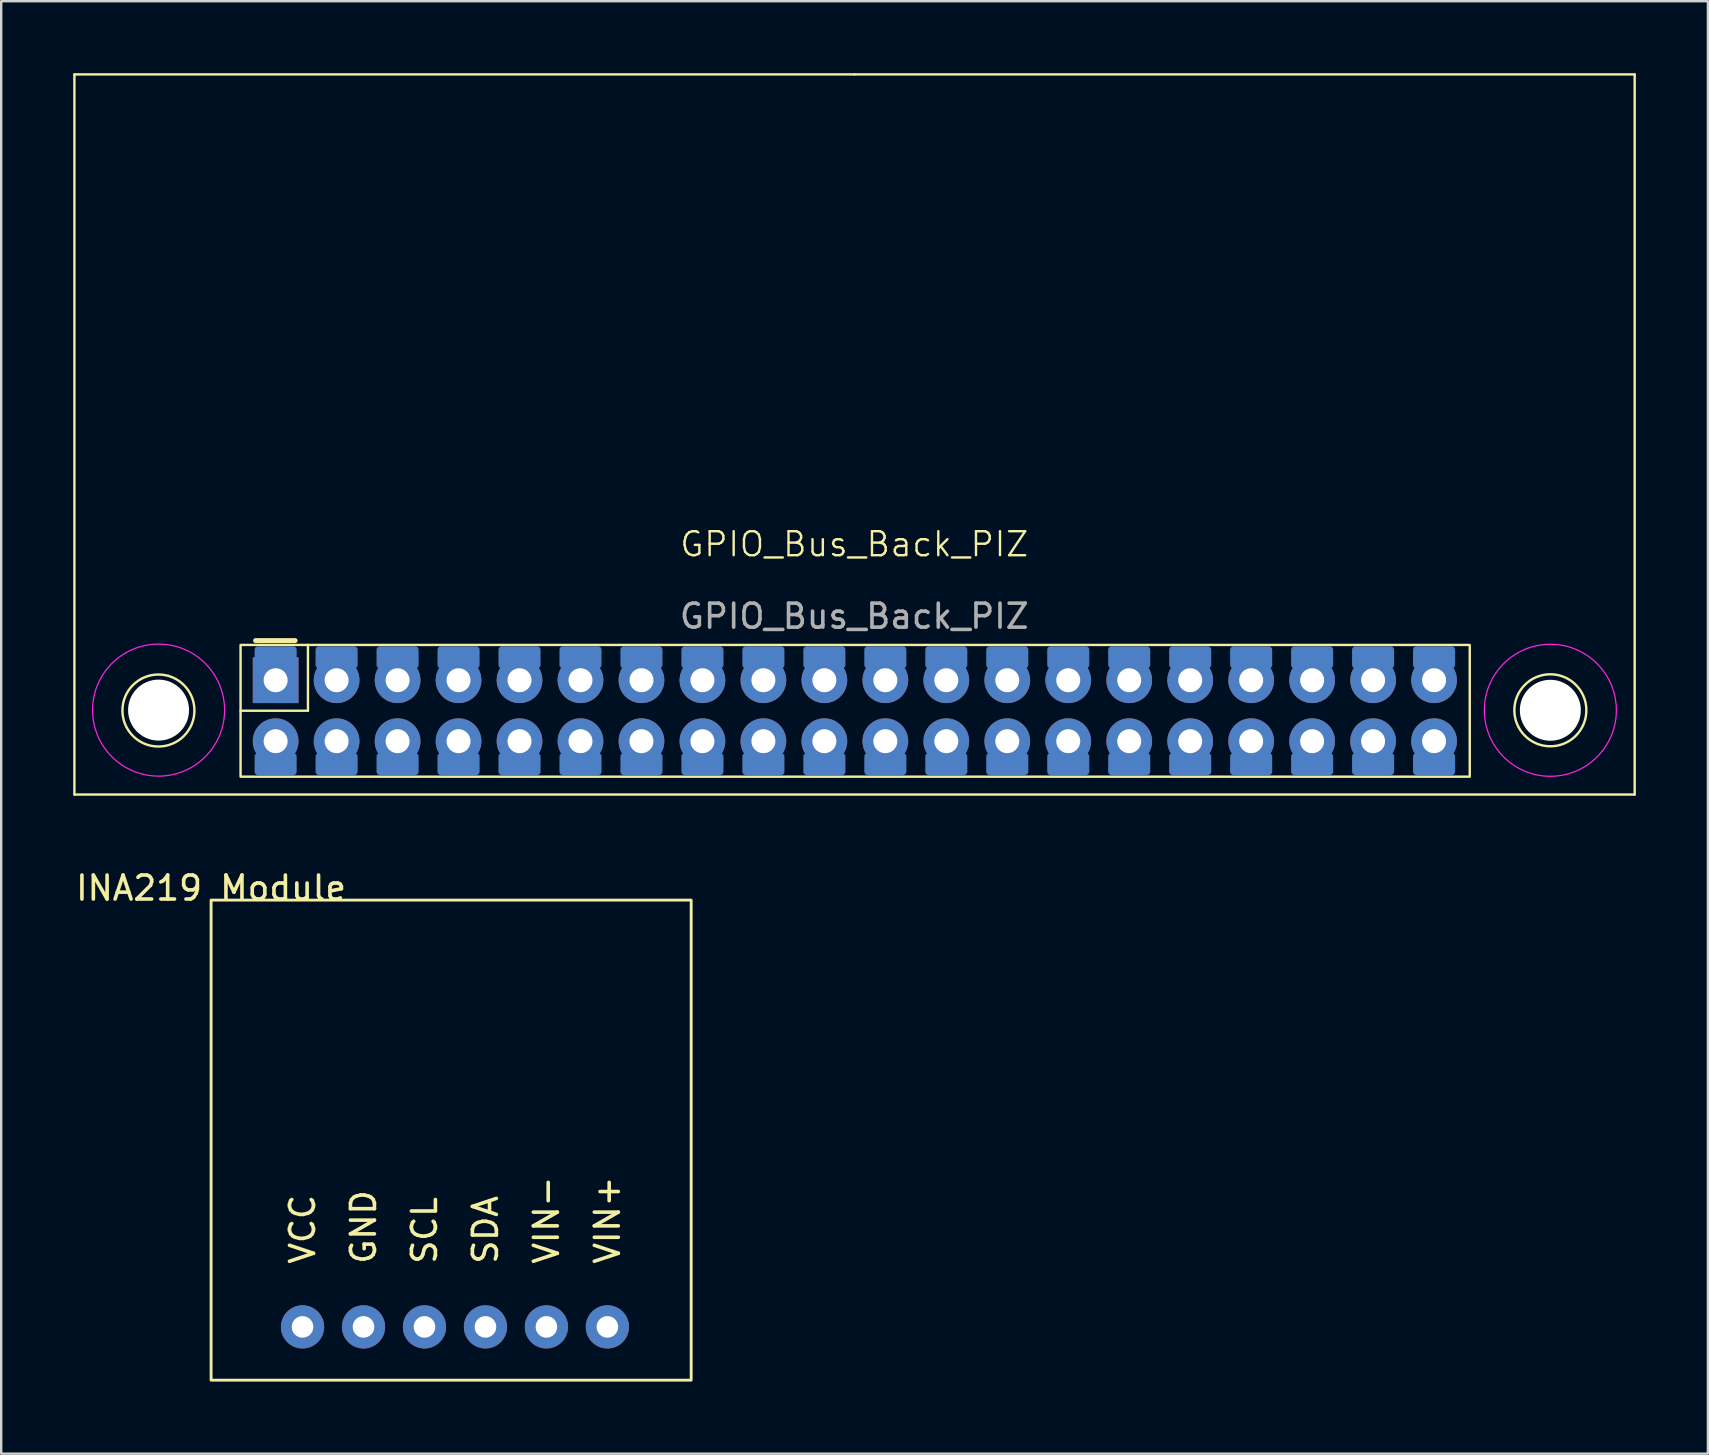
<source format=kicad_pcb>
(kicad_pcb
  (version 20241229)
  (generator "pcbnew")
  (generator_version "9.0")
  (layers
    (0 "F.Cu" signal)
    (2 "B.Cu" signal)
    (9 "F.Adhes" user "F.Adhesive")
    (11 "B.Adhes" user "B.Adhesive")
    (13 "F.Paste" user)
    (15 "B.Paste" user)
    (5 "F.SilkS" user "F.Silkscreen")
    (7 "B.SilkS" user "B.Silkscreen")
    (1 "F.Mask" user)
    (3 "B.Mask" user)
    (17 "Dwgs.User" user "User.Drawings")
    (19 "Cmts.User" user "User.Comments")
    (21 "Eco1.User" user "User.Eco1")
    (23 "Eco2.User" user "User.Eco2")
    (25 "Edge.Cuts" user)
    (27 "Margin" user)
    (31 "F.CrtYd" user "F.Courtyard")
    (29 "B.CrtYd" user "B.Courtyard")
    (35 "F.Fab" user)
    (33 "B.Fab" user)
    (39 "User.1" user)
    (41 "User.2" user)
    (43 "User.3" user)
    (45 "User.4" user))
  (footprint "GPIO_Bus_Back_PIZ"
    (layer "F.Cu")
    (at 32.563 26.558)
    (property "Reference" "GPIO_Bus_Back_PIZ" (at -0.025 -6.937 0) (unlocked yes) (layer "F.SilkS") (effects (font (size 1 1) (thickness 0.1))))
    (attr through_hole)
    (fp_rect (start -25.019 1.854) (end -23.241 2.692) (stroke (width 0.2) (type solid)) (fill yes) (layer "B.Mask"))
    (fp_rect (start -23.241 -1.854) (end -25.019 -2.692) (stroke (width 0.2) (type solid)) (fill yes) (layer "B.Mask"))
    (fp_rect (start -22.479 1.854) (end -20.701 2.692) (stroke (width 0.2) (type solid)) (fill yes) (layer "B.Mask"))
    (fp_rect (start -20.701 -1.854) (end -22.479 -2.692) (stroke (width 0.2) (type solid)) (fill yes) (layer "B.Mask"))
    (fp_rect (start -19.939 1.854) (end -18.161 2.692) (stroke (width 0.2) (type solid)) (fill yes) (layer "B.Mask"))
    (fp_rect (start -18.161 -1.854) (end -19.939 -2.692) (stroke (width 0.2) (type solid)) (fill yes) (layer "B.Mask"))
    (fp_rect (start -17.399 1.854) (end -15.621 2.692) (stroke (width 0.2) (type solid)) (fill yes) (layer "B.Mask"))
    (fp_rect (start -15.621 -1.854) (end -17.399 -2.692) (stroke (width 0.2) (type solid)) (fill yes) (layer "B.Mask"))
    (fp_rect (start -14.859 1.854) (end -13.081 2.692) (stroke (width 0.2) (type solid)) (fill yes) (layer "B.Mask"))
    (fp_rect (start -13.081 -1.854) (end -14.859 -2.692) (stroke (width 0.2) (type solid)) (fill yes) (layer "B.Mask"))
    (fp_rect (start -12.319 1.854) (end -10.541 2.692) (stroke (width 0.2) (type solid)) (fill yes) (layer "B.Mask"))
    (fp_rect (start -10.541 -1.854) (end -12.319 -2.692) (stroke (width 0.2) (type solid)) (fill yes) (layer "B.Mask"))
    (fp_rect (start -9.779 1.854) (end -8.001 2.692) (stroke (width 0.2) (type solid)) (fill yes) (layer "B.Mask"))
    (fp_rect (start -8.001 -1.854) (end -9.779 -2.692) (stroke (width 0.2) (type solid)) (fill yes) (layer "B.Mask"))
    (fp_rect (start -7.239 1.854) (end -5.461 2.692) (stroke (width 0.2) (type solid)) (fill yes) (layer "B.Mask"))
    (fp_rect (start -5.461 -1.854) (end -7.239 -2.692) (stroke (width 0.2) (type solid)) (fill yes) (layer "B.Mask"))
    (fp_rect (start -4.699 1.854) (end -2.921 2.692) (stroke (width 0.2) (type solid)) (fill yes) (layer "B.Mask"))
    (fp_rect (start -2.921 -1.854) (end -4.699 -2.692) (stroke (width 0.2) (type solid)) (fill yes) (layer "B.Mask"))
    (fp_rect (start -2.159 1.854) (end -0.381 2.692) (stroke (width 0.2) (type solid)) (fill yes) (layer "B.Mask"))
    (fp_rect (start -0.381 -1.854) (end -2.159 -2.692) (stroke (width 0.2) (type solid)) (fill yes) (layer "B.Mask"))
    (fp_rect (start 0.381 1.854) (end 2.159 2.692) (stroke (width 0.2) (type solid)) (fill yes) (layer "B.Mask"))
    (fp_rect (start 2.159 -1.854) (end 0.381 -2.692) (stroke (width 0.2) (type solid)) (fill yes) (layer "B.Mask"))
    (fp_rect (start 2.921 1.854) (end 4.699 2.692) (stroke (width 0.2) (type solid)) (fill yes) (layer "B.Mask"))
    (fp_rect (start 4.699 -1.854) (end 2.921 -2.692) (stroke (width 0.2) (type solid)) (fill yes) (layer "B.Mask"))
    (fp_rect (start 5.461 1.854) (end 7.239 2.692) (stroke (width 0.2) (type solid)) (fill yes) (layer "B.Mask"))
    (fp_rect (start 7.239 -1.854) (end 5.461 -2.692) (stroke (width 0.2) (type solid)) (fill yes) (layer "B.Mask"))
    (fp_rect (start 8.001 1.854) (end 9.779 2.692) (stroke (width 0.2) (type solid)) (fill yes) (layer "B.Mask"))
    (fp_rect (start 9.779 -1.854) (end 8.001 -2.692) (stroke (width 0.2) (type solid)) (fill yes) (layer "B.Mask"))
    (fp_rect (start 10.541 1.854) (end 12.319 2.692) (stroke (width 0.2) (type solid)) (fill yes) (layer "B.Mask"))
    (fp_rect (start 12.319 -1.854) (end 10.541 -2.692) (stroke (width 0.2) (type solid)) (fill yes) (layer "B.Mask"))
    (fp_rect (start 13.081 1.854) (end 14.859 2.692) (stroke (width 0.2) (type solid)) (fill yes) (layer "B.Mask"))
    (fp_rect (start 14.859 -1.854) (end 13.081 -2.692) (stroke (width 0.2) (type solid)) (fill yes) (layer "B.Mask"))
    (fp_rect (start 15.621 1.854) (end 17.399 2.692) (stroke (width 0.2) (type solid)) (fill yes) (layer "B.Mask"))
    (fp_rect (start 17.399 -1.854) (end 15.621 -2.692) (stroke (width 0.2) (type solid)) (fill yes) (layer "B.Mask"))
    (fp_rect (start 18.161 1.854) (end 19.939 2.692) (stroke (width 0.2) (type solid)) (fill yes) (layer "B.Mask"))
    (fp_rect (start 19.939 -1.854) (end 18.161 -2.692) (stroke (width 0.2) (type solid)) (fill yes) (layer "B.Mask"))
    (fp_rect (start 20.701 1.854) (end 22.479 2.692) (stroke (width 0.2) (type solid)) (fill yes) (layer "B.Mask"))
    (fp_rect (start 22.479 -1.854) (end 20.701 -2.692) (stroke (width 0.2) (type solid)) (fill yes) (layer "B.Mask"))
    (fp_rect (start 23.241 1.854) (end 25.019 2.692) (stroke (width 0.2) (type solid)) (fill yes) (layer "B.Mask"))
    (fp_rect (start 25.019 -1.854) (end 23.241 -2.692) (stroke (width 0.2) (type solid)) (fill yes) (layer "B.Mask"))
    (fp_line (start -32.513 -26.508) (end -32.513 3.492) (stroke (width 0.1) (type default)) (layer "F.SilkS"))
    (fp_line (start -32.513 3.492) (end 32.487 3.492) (stroke (width 0.1) (type default)) (layer "F.SilkS"))
    (fp_line (start -25.591 0) (end -22.784 0) (stroke (width 0.1) (type default)) (layer "F.SilkS"))
    (fp_line (start -23.317 -2.921) (end -24.968 -2.921) (stroke (width 0.203) (type solid)) (layer "F.SilkS"))
    (fp_line (start -22.784 0) (end -22.784 -2.743) (stroke (width 0.1) (type default)) (layer "F.SilkS"))
    (fp_line (start -0.013 -26.508) (end -32.513 -26.508) (stroke (width 0.1) (type default)) (layer "F.SilkS"))
    (fp_line (start -0.013 -26.508) (end 32.487 -26.508) (stroke (width 0.1) (type default)) (layer "F.SilkS"))
    (fp_line (start 32.487 -26.508) (end 32.487 3.492) (stroke (width 0.1) (type default)) (layer "F.SilkS"))
    (fp_rect (start -25.591 -2.739) (end 25.616 2.748) (stroke (width 0.1) (type default)) (fill no) (layer "F.SilkS"))
    (fp_circle (center -29.013 -0.008) (end -27.513 -0.008) (stroke (width 0.1) (type default)) (fill no) (layer "F.SilkS"))
    (fp_circle (center 28.974 -0.018) (end 30.474 -0.018) (stroke (width 0.1) (type default)) (fill no) (layer "F.SilkS"))
    (fp_circle (center -29.007 -0.025) (end -29.007 2.725) (stroke (width 0.05) (type default)) (fill no) (layer "F.CrtYd"))
    (fp_circle (center 28.974 -0.018) (end 28.974 2.732) (stroke (width 0.05) (type default)) (fill no) (layer "F.CrtYd"))
    (fp_text user "${REFERENCE}" (at -0.025 -3.937 0) (unlocked yes) (layer "F.Fab") (effects (font (size 1 1) (thickness 0.15))))
    (pad "" np_thru_hole circle (at -29.007 -0.025) (size 2.54 2.54) (drill 2.54) (layers "*.Cu" "*.Mask"))
    (pad "" np_thru_hole circle (at 28.974 -0.018) (size 2.54 2.54) (drill 2.54) (layers "*.Cu" "*.Mask"))
    (pad "1" smd roundrect (at -24.13 -2.223) (size 1.753 0.914) (layers "B.Cu" "B.Mask" "B.Paste") (roundrect_rratio 0.15))
    (pad "1" thru_hole rect (at -24.13 -1.27) (size 1.905 1.905) (drill 1) (layers "*.Cu" "*.Mask"))
    (pad "2" thru_hole circle (at -24.13 1.27 180) (size 1.905 1.905) (drill 1) (layers "*.Cu" "*.Mask"))
    (pad "2" smd roundrect (at -24.13 2.223) (size 1.753 0.914) (layers "B.Cu" "B.Mask" "B.Paste") (roundrect_rratio 0.15))
    (pad "3" smd roundrect (at -21.59 -2.223) (size 1.753 0.914) (layers "B.Cu" "B.Mask" "B.Paste") (roundrect_rratio 0.15))
    (pad "3" thru_hole circle (at -21.59 -1.27) (size 1.905 1.905) (drill 1) (layers "*.Cu" "*.Mask"))
    (pad "4" thru_hole circle (at -21.59 1.27 180) (size 1.905 1.905) (drill 1) (layers "*.Cu" "*.Mask"))
    (pad "4" smd roundrect (at -21.59 2.223) (size 1.753 0.914) (layers "B.Cu" "B.Mask" "B.Paste") (roundrect_rratio 0.15))
    (pad "5" smd roundrect (at -19.05 -2.223) (size 1.753 0.914) (layers "B.Cu" "B.Mask" "B.Paste") (roundrect_rratio 0.15))
    (pad "5" thru_hole circle (at -19.05 -1.27) (size 1.905 1.905) (drill 1) (layers "*.Cu" "*.Mask"))
    (pad "6" thru_hole circle (at -19.05 1.27 180) (size 1.905 1.905) (drill 1) (layers "*.Cu" "*.Mask"))
    (pad "6" smd roundrect (at -19.05 2.223) (size 1.753 0.914) (layers "B.Cu" "B.Mask" "B.Paste") (roundrect_rratio 0.15))
    (pad "7" smd roundrect (at -16.51 -2.223) (size 1.753 0.914) (layers "B.Cu" "B.Mask" "B.Paste") (roundrect_rratio 0.15))
    (pad "7" thru_hole circle (at -16.51 -1.27) (size 1.905 1.905) (drill 1) (layers "*.Cu" "*.Mask"))
    (pad "8" thru_hole circle (at -16.51 1.27 180) (size 1.905 1.905) (drill 1) (layers "*.Cu" "*.Mask"))
    (pad "8" smd roundrect (at -16.51 2.223) (size 1.753 0.914) (layers "B.Cu" "B.Mask" "B.Paste") (roundrect_rratio 0.15))
    (pad "9" smd roundrect (at -13.97 -2.223) (size 1.753 0.914) (layers "B.Cu" "B.Mask" "B.Paste") (roundrect_rratio 0.15))
    (pad "9" thru_hole circle (at -13.97 -1.27) (size 1.905 1.905) (drill 1) (layers "*.Cu" "*.Mask"))
    (pad "10" thru_hole circle (at -13.97 1.27 180) (size 1.905 1.905) (drill 1) (layers "*.Cu" "*.Mask"))
    (pad "10" smd roundrect (at -13.97 2.223) (size 1.753 0.914) (layers "B.Cu" "B.Mask" "B.Paste") (roundrect_rratio 0.15))
    (pad "11" smd roundrect (at -11.43 -2.223) (size 1.753 0.914) (layers "B.Cu" "B.Mask" "B.Paste") (roundrect_rratio 0.15))
    (pad "11" thru_hole circle (at -11.43 -1.27) (size 1.905 1.905) (drill 1) (layers "*.Cu" "*.Mask"))
    (pad "12" thru_hole circle (at -11.43 1.27 180) (size 1.905 1.905) (drill 1) (layers "*.Cu" "*.Mask"))
    (pad "12" smd roundrect (at -11.43 2.223) (size 1.753 0.914) (layers "B.Cu" "B.Mask" "B.Paste") (roundrect_rratio 0.15))
    (pad "13" smd roundrect (at -8.89 -2.223) (size 1.753 0.914) (layers "B.Cu" "B.Mask" "B.Paste") (roundrect_rratio 0.15))
    (pad "13" thru_hole circle (at -8.89 -1.27) (size 1.905 1.905) (drill 1) (layers "*.Cu" "*.Mask"))
    (pad "14" thru_hole circle (at -8.89 1.27 180) (size 1.905 1.905) (drill 1) (layers "*.Cu" "*.Mask"))
    (pad "14" smd roundrect (at -8.89 2.223) (size 1.753 0.914) (layers "B.Cu" "B.Mask" "B.Paste") (roundrect_rratio 0.15))
    (pad "15" smd roundrect (at -6.35 -2.223) (size 1.753 0.914) (layers "B.Cu" "B.Mask" "B.Paste") (roundrect_rratio 0.15))
    (pad "15" thru_hole circle (at -6.35 -1.27) (size 1.905 1.905) (drill 1) (layers "*.Cu" "*.Mask"))
    (pad "16" thru_hole circle (at -6.35 1.27 180) (size 1.905 1.905) (drill 1) (layers "*.Cu" "*.Mask"))
    (pad "16" smd roundrect (at -6.35 2.223) (size 1.753 0.914) (layers "B.Cu" "B.Mask" "B.Paste") (roundrect_rratio 0.15))
    (pad "17" smd roundrect (at -3.81 -2.223) (size 1.753 0.914) (layers "B.Cu" "B.Mask" "B.Paste") (roundrect_rratio 0.15))
    (pad "17" thru_hole circle (at -3.81 -1.27) (size 1.905 1.905) (drill 1) (layers "*.Cu" "*.Mask"))
    (pad "18" thru_hole circle (at -3.81 1.27 180) (size 1.905 1.905) (drill 1) (layers "*.Cu" "*.Mask"))
    (pad "18" smd roundrect (at -3.81 2.223) (size 1.753 0.914) (layers "B.Cu" "B.Mask" "B.Paste") (roundrect_rratio 0.15))
    (pad "19" smd roundrect (at -1.27 -2.223) (size 1.753 0.914) (layers "B.Cu" "B.Mask" "B.Paste") (roundrect_rratio 0.15))
    (pad "19" thru_hole circle (at -1.27 -1.27) (size 1.905 1.905) (drill 1) (layers "*.Cu" "*.Mask"))
    (pad "20" thru_hole circle (at -1.27 1.27 180) (size 1.905 1.905) (drill 1) (layers "*.Cu" "*.Mask"))
    (pad "20" smd roundrect (at -1.27 2.223) (size 1.753 0.914) (layers "B.Cu" "B.Mask" "B.Paste") (roundrect_rratio 0.15))
    (pad "21" smd roundrect (at 1.27 -2.223) (size 1.753 0.914) (layers "B.Cu" "B.Mask" "B.Paste") (roundrect_rratio 0.15))
    (pad "21" thru_hole circle (at 1.27 -1.27) (size 1.905 1.905) (drill 1) (layers "*.Cu" "*.Mask"))
    (pad "22" thru_hole circle (at 1.27 1.27 180) (size 1.905 1.905) (drill 1) (layers "*.Cu" "*.Mask"))
    (pad "22" smd roundrect (at 1.27 2.223) (size 1.753 0.914) (layers "B.Cu" "B.Mask" "B.Paste") (roundrect_rratio 0.15))
    (pad "23" smd roundrect (at 3.81 -2.223) (size 1.753 0.914) (layers "B.Cu" "B.Mask" "B.Paste") (roundrect_rratio 0.15))
    (pad "23" thru_hole circle (at 3.81 -1.27) (size 1.905 1.905) (drill 1) (layers "*.Cu" "*.Mask"))
    (pad "24" thru_hole circle (at 3.81 1.27 180) (size 1.905 1.905) (drill 1) (layers "*.Cu" "*.Mask"))
    (pad "24" smd roundrect (at 3.81 2.223) (size 1.753 0.914) (layers "B.Cu" "B.Mask" "B.Paste") (roundrect_rratio 0.15))
    (pad "25" smd roundrect (at 6.35 -2.223) (size 1.753 0.914) (layers "B.Cu" "B.Mask" "B.Paste") (roundrect_rratio 0.15))
    (pad "25" thru_hole circle (at 6.35 -1.27) (size 1.905 1.905) (drill 1) (layers "*.Cu" "*.Mask"))
    (pad "26" thru_hole circle (at 6.35 1.27 180) (size 1.905 1.905) (drill 1) (layers "*.Cu" "*.Mask"))
    (pad "26" smd roundrect (at 6.35 2.223) (size 1.753 0.914) (layers "B.Cu" "B.Mask" "B.Paste") (roundrect_rratio 0.15))
    (pad "27" smd roundrect (at 8.89 -2.223) (size 1.753 0.914) (layers "B.Cu" "B.Mask" "B.Paste") (roundrect_rratio 0.15))
    (pad "27" thru_hole circle (at 8.89 -1.27) (size 1.905 1.905) (drill 1) (layers "*.Cu" "*.Mask"))
    (pad "28" thru_hole circle (at 8.89 1.27 180) (size 1.905 1.905) (drill 1) (layers "*.Cu" "*.Mask"))
    (pad "28" smd roundrect (at 8.89 2.223) (size 1.753 0.914) (layers "B.Cu" "B.Mask" "B.Paste") (roundrect_rratio 0.15))
    (pad "29" smd roundrect (at 11.43 -2.223) (size 1.753 0.914) (layers "B.Cu" "B.Mask" "B.Paste") (roundrect_rratio 0.15))
    (pad "29" thru_hole circle (at 11.43 -1.27) (size 1.905 1.905) (drill 1) (layers "*.Cu" "*.Mask"))
    (pad "30" thru_hole circle (at 11.43 1.27 180) (size 1.905 1.905) (drill 1) (layers "*.Cu" "*.Mask"))
    (pad "30" smd roundrect (at 11.43 2.223) (size 1.753 0.914) (layers "B.Cu" "B.Mask" "B.Paste") (roundrect_rratio 0.15))
    (pad "31" smd roundrect (at 13.97 -2.223) (size 1.753 0.914) (layers "B.Cu" "B.Mask" "B.Paste") (roundrect_rratio 0.15))
    (pad "31" thru_hole circle (at 13.97 -1.27) (size 1.905 1.905) (drill 1) (layers "*.Cu" "*.Mask"))
    (pad "32" thru_hole circle (at 13.97 1.27 180) (size 1.905 1.905) (drill 1) (layers "*.Cu" "*.Mask"))
    (pad "32" smd roundrect (at 13.97 2.223) (size 1.753 0.914) (layers "B.Cu" "B.Mask" "B.Paste") (roundrect_rratio 0.15))
    (pad "33" smd roundrect (at 16.51 -2.223) (size 1.753 0.914) (layers "B.Cu" "B.Mask" "B.Paste") (roundrect_rratio 0.15))
    (pad "33" thru_hole circle (at 16.51 -1.27) (size 1.905 1.905) (drill 1) (layers "*.Cu" "*.Mask"))
    (pad "34" thru_hole circle (at 16.51 1.27 180) (size 1.905 1.905) (drill 1) (layers "*.Cu" "*.Mask"))
    (pad "34" smd roundrect (at 16.51 2.223) (size 1.753 0.914) (layers "B.Cu" "B.Mask" "B.Paste") (roundrect_rratio 0.15))
    (pad "35" smd roundrect (at 19.05 -2.223) (size 1.753 0.914) (layers "B.Cu" "B.Mask" "B.Paste") (roundrect_rratio 0.15))
    (pad "35" thru_hole circle (at 19.05 -1.27) (size 1.905 1.905) (drill 1) (layers "*.Cu" "*.Mask"))
    (pad "36" thru_hole circle (at 19.05 1.27 180) (size 1.905 1.905) (drill 1) (layers "*.Cu" "*.Mask"))
    (pad "36" smd roundrect (at 19.05 2.223) (size 1.753 0.914) (layers "B.Cu" "B.Mask" "B.Paste") (roundrect_rratio 0.15))
    (pad "37" smd roundrect (at 21.59 -2.223) (size 1.753 0.914) (layers "B.Cu" "B.Mask" "B.Paste") (roundrect_rratio 0.15))
    (pad "37" thru_hole circle (at 21.59 -1.27) (size 1.905 1.905) (drill 1) (layers "*.Cu" "*.Mask"))
    (pad "38" thru_hole circle (at 21.59 1.27 180) (size 1.905 1.905) (drill 1) (layers "*.Cu" "*.Mask"))
    (pad "38" smd roundrect (at 21.59 2.223) (size 1.753 0.914) (layers "B.Cu" "B.Mask" "B.Paste") (roundrect_rratio 0.15))
    (pad "39" smd roundrect (at 24.13 -2.223) (size 1.753 0.914) (layers "B.Cu" "B.Mask" "B.Paste") (roundrect_rratio 0.15))
    (pad "39" thru_hole circle (at 24.13 -1.27) (size 1.905 1.905) (drill 1) (layers "*.Cu" "*.Mask"))
    (pad "40" thru_hole circle (at 24.13 1.27 180) (size 1.905 1.905) (drill 1) (layers "*.Cu" "*.Mask"))
    (pad "40" smd roundrect (at 24.13 2.223) (size 1.753 0.914) (layers "B.Cu" "B.Mask" "B.Paste") (roundrect_rratio 0.15)))
  (footprint "INA219 Module"
    (layer "F.Cu")
    (at 5.744 34.448)
    (property "Reference" "INA219 Module" (at 0 -0.5 0) (unlocked yes) (layer "F.SilkS") (effects (font (size 1 1) (thickness 0.15))))
    (attr through_hole)
    (fp_rect (start 0 0) (end 20 20) (stroke (width 0.12) (type solid)) (fill no) (layer "F.SilkS"))
    (fp_text user "GND" (at 6.35 15.24 90) (unlocked yes) (layer "F.SilkS") (effects (font (size 1 1) (thickness 0.15)) (justify left)))
    (fp_text user "VCC" (at 3.81 15.24 90) (unlocked yes) (layer "F.SilkS") (effects (font (size 1 1) (thickness 0.15)) (justify left)))
    (fp_text user "VIN+" (at 16.51 15.24 90) (unlocked yes) (layer "F.SilkS") (effects (font (size 1 1) (thickness 0.15)) (justify left)))
    (fp_text user "SDA" (at 11.43 15.24 90) (unlocked yes) (layer "F.SilkS") (effects (font (size 1 1) (thickness 0.15)) (justify left)))
    (fp_text user "VIN-" (at 13.97 15.24 90) (unlocked yes) (layer "F.SilkS") (effects (font (size 1 1) (thickness 0.15)) (justify left)))
    (fp_text user "SCL" (at 8.89 15.24 90) (unlocked yes) (layer "F.SilkS") (effects (font (size 1 1) (thickness 0.15)) (justify left)))
    (pad "1" thru_hole circle (at 3.81 17.78) (size 1.8 1.8) (drill 0.9) (layers "*.Cu" "*.Mask"))
    (pad "2" thru_hole circle (at 6.35 17.78) (size 1.8 1.8) (drill 0.9) (layers "*.Cu" "*.Mask"))
    (pad "3" thru_hole circle (at 8.89 17.78) (size 1.8 1.8) (drill 0.9) (layers "*.Cu" "*.Mask"))
    (pad "4" thru_hole circle (at 11.43 17.78) (size 1.8 1.8) (drill 0.9) (layers "*.Cu" "*.Mask"))
    (pad "5" thru_hole circle (at 13.97 17.78) (size 1.8 1.8) (drill 0.9) (layers "*.Cu" "*.Mask"))
    (pad "6" thru_hole circle (at 16.51 17.78) (size 1.8 1.8) (drill 0.9) (layers "*.Cu" "*.Mask")))
  (gr_rect
    (start -3 -3)
    (end 68.1 57.508)
    (stroke (width 0.1) (type default))
    (fill no)
    (layer "Edge.Cuts")))
</source>
